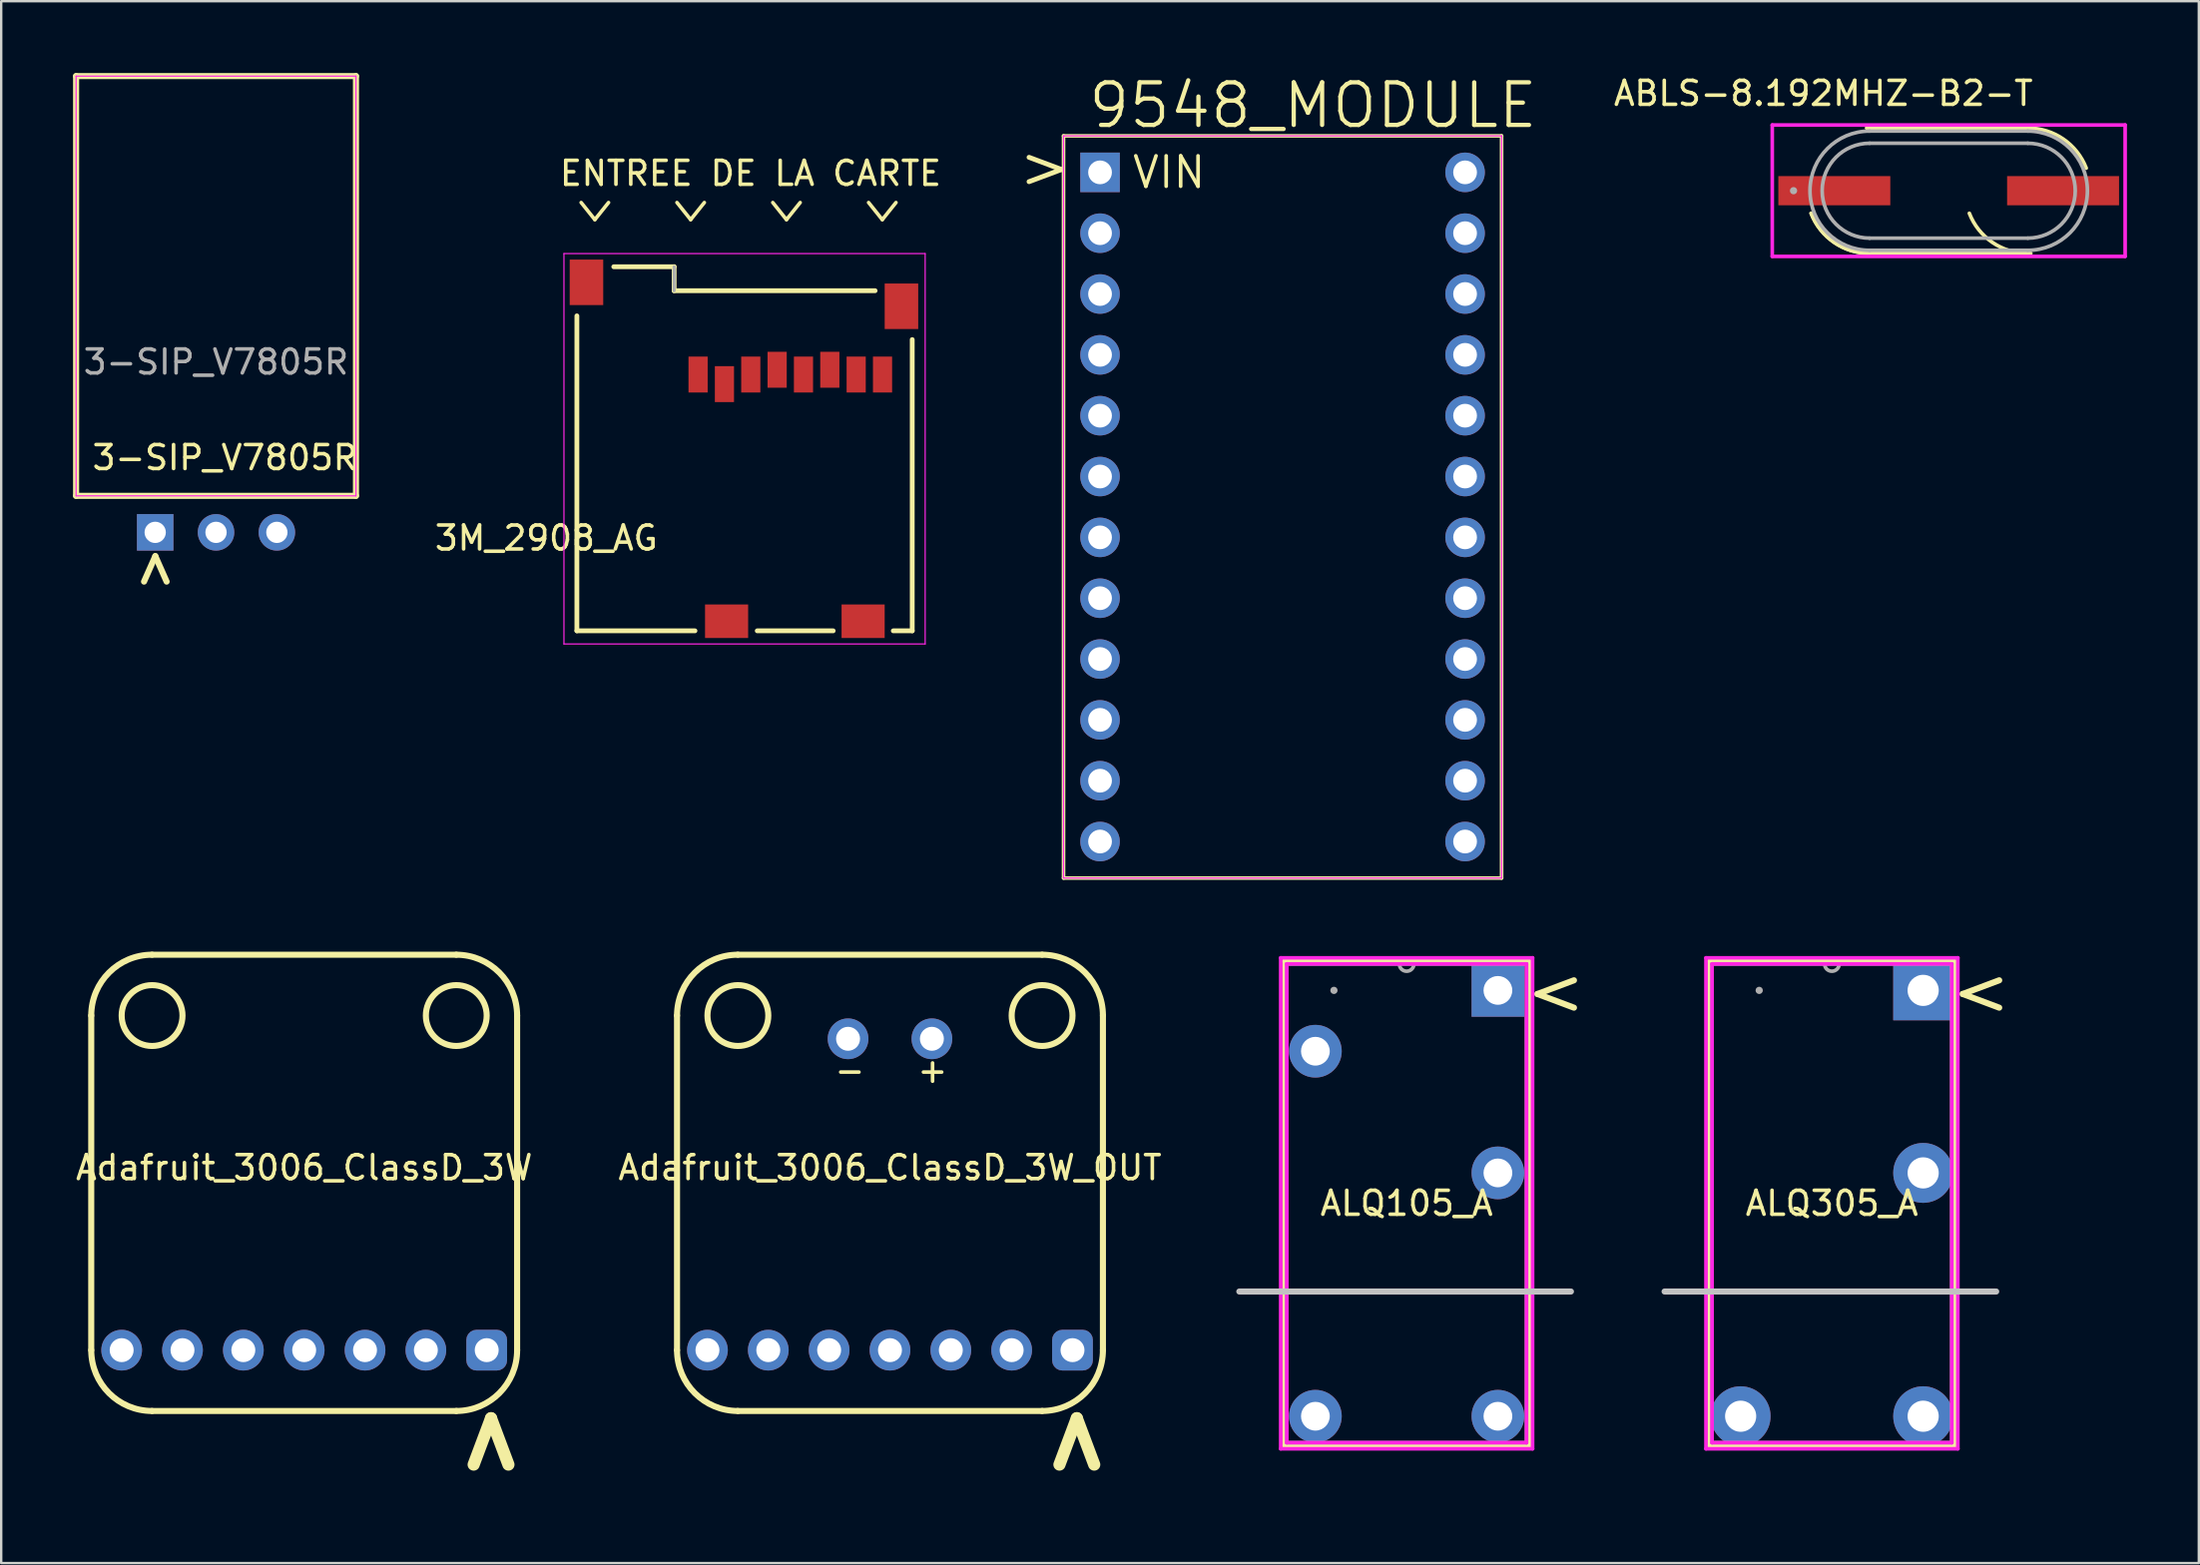
<source format=kicad_pcb>
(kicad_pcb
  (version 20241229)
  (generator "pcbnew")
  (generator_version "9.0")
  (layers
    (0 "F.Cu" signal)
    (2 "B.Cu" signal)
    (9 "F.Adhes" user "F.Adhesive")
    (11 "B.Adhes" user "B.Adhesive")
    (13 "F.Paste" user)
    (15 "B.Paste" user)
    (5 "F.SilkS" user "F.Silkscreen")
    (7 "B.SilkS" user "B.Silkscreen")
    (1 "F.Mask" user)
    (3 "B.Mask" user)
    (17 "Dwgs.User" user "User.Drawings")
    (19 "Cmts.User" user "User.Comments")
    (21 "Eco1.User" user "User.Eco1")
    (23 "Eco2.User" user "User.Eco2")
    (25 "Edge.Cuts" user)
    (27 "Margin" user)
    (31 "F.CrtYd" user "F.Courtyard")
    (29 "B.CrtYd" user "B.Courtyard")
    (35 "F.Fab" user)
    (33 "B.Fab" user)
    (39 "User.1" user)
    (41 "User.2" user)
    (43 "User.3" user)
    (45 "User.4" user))
  (footprint "Adafruit_3006_ClassD_3W_OUT"
    (layer "F.Cu")
    (at 34.105 53.322)
    (property "Reference" "Adafruit_3006_ClassD_3W_OUT" (at 0 -7.62 0) (unlocked yes) (layer "F.SilkS") (effects (font (size 1 1) (thickness 0.15))))
    (attr through_hole)
    (fp_line (start -8.89 0) (end -8.89 -13.97) (stroke (width 0.254) (type solid)) (layer "F.SilkS"))
    (fp_line (start -6.35 -16.51) (end 6.35 -16.51) (stroke (width 0.254) (type solid)) (layer "F.SilkS"))
    (fp_line (start 6.35 2.54) (end -6.35 2.54) (stroke (width 0.254) (type solid)) (layer "F.SilkS"))
    (fp_line (start 8.89 0) (end 8.89 -13.97) (stroke (width 0.254) (type solid)) (layer "F.SilkS"))
    (fp_arc (start -8.89 -13.97) (mid -8.146051 -15.766051) (end -6.35 -16.51) (stroke (width 0.254) (type solid)) (layer "F.SilkS"))
    (fp_arc (start -6.35 2.54) (mid -8.146051 1.796051) (end -8.89 0) (stroke (width 0.254) (type solid)) (layer "F.SilkS"))
    (fp_arc (start 6.35 -16.51) (mid 8.146051 -15.766051) (end 8.89 -13.97) (stroke (width 0.254) (type solid)) (layer "F.SilkS"))
    (fp_arc (start 8.89 0) (mid 8.146051 1.796051) (end 6.35 2.54) (stroke (width 0.254) (type solid)) (layer "F.SilkS"))
    (fp_circle (center -6.35 -13.97) (end -6.35 -15.24) (stroke (width 0.254) (type solid)) (fill no) (layer "F.SilkS"))
    (fp_circle (center 6.35 -13.97) (end 6.35 -15.24) (stroke (width 0.254) (type solid)) (fill no) (layer "F.SilkS"))
    (fp_text user "-" (at -1.676 -11.684 0) (unlocked yes) (layer "F.SilkS") (effects (font (size 1 1) (thickness 0.15))))
    (fp_text user ">" (at 7.62 3.81 90) (unlocked yes) (layer "F.SilkS") (effects (font (size 2.54 2.54) (thickness 0.508))))
    (fp_text user "+" (at 1.778 -11.684 0) (unlocked yes) (layer "F.SilkS") (effects (font (size 1 1) (thickness 0.15))))
    (pad "1" thru_hole roundrect (at 7.62 0) (size 1.7 1.7) (drill 1) (layers "*.Cu" "*.Mask") (roundrect_rratio 0.25))
    (pad "2" thru_hole circle (at 5.08 0) (size 1.7 1.7) (drill 1) (layers "*.Cu" "*.Mask"))
    (pad "3" thru_hole circle (at 2.54 0) (size 1.7 1.7) (drill 1) (layers "*.Cu" "*.Mask"))
    (pad "4" thru_hole circle (at 0 0) (size 1.7 1.7) (drill 1) (layers "*.Cu" "*.Mask"))
    (pad "5" thru_hole circle (at -2.54 0) (size 1.7 1.7) (drill 1) (layers "*.Cu" "*.Mask"))
    (pad "6" thru_hole circle (at -5.08 0) (size 1.7 1.7) (drill 1) (layers "*.Cu" "*.Mask"))
    (pad "7" thru_hole circle (at -7.62 0) (size 1.7 1.7) (drill 1) (layers "*.Cu" "*.Mask"))
    (pad "8" thru_hole circle (at 1.75 -13) (size 1.7 1.7) (drill 1) (layers "*.Cu" "*.Mask"))
    (pad "9" thru_hole circle (at -1.75 -13) (size 1.7 1.7) (drill 1) (layers "*.Cu" "*.Mask")))
  (footprint "3-SIP_V7805R"
    (layer "F.Cu")
    (at 3.429 19.177)
    (property "Reference" "3-SIP_V7805R" (at 2.91 -3.12 0) (layer "F.SilkS") (effects (font (size 1 1) (thickness 0.15))))
    (attr through_hole)
    (fp_line (start -3.302 -19.05) (end 8.382 -19.05) (stroke (width 0.254) (type solid)) (layer "F.SilkS"))
    (fp_line (start -3.302 -1.524) (end -3.302 -19.05) (stroke (width 0.254) (type solid)) (layer "F.SilkS"))
    (fp_line (start -3.302 -1.524) (end 8.382 -1.524) (stroke (width 0.254) (type solid)) (layer "F.SilkS"))
    (fp_line (start 8.382 -19.05) (end 8.382 -1.524) (stroke (width 0.254) (type solid)) (layer "F.SilkS"))
    (fp_line (start -3.302 -19.05) (end 8.382 -19.05) (stroke (width 0.05) (type solid)) (layer "F.CrtYd"))
    (fp_line (start -3.302 -1.524) (end -3.302 -19.05) (stroke (width 0.05) (type solid)) (layer "F.CrtYd"))
    (fp_line (start 8.382 -19.05) (end 8.382 -1.524) (stroke (width 0.05) (type solid)) (layer "F.CrtYd"))
    (fp_line (start 8.382 -1.524) (end -3.302 -1.524) (stroke (width 0.05) (type solid)) (layer "F.CrtYd"))
    (fp_text user "<" (at 0.127 1.524 270) (unlocked yes) (layer "F.SilkS") (effects (font (size 1.651 1.397) (thickness 0.254))))
    (fp_text user "${REFERENCE}" (at 2.54 -7.112 0) (layer "F.Fab") (effects (font (size 1 1) (thickness 0.15))))
    (pad "1" thru_hole rect (at 0 0) (size 1.524 1.524) (drill 0.889) (layers "*.Cu" "*.Mask"))
    (pad "2" thru_hole circle (at 2.54 0) (size 1.524 1.524) (drill 0.889) (layers "*.Cu" "*.Mask"))
    (pad "3" thru_hole circle (at 5.08 0) (size 1.524 1.524) (drill 0.889) (layers "*.Cu" "*.Mask")))
  (footprint "9548_MODULE"
    (layer "F.Cu")
    (at 50.495 19.386)
    (property "Reference" "9548_MODULE" (at 1.27 -18.034 0) (layer "F.SilkS") (effects (font (size 1.778 1.778) (thickness 0.178))))
    (attr through_hole)
    (fp_line (start -9.144 -16.764) (end -9.144 14.224) (stroke (width 0.15) (type solid)) (layer "F.SilkS"))
    (fp_line (start -9.144 14.224) (end 9.144 14.224) (stroke (width 0.15) (type solid)) (layer "F.SilkS"))
    (fp_line (start 9.144 -16.764) (end -9.144 -16.764) (stroke (width 0.15) (type solid)) (layer "F.SilkS"))
    (fp_line (start 9.144 14.224) (end 9.144 -16.764) (stroke (width 0.15) (type solid)) (layer "F.SilkS"))
    (fp_line (start -9.144 -16.764) (end -9.144 14.224) (stroke (width 0.05) (type solid)) (layer "F.CrtYd"))
    (fp_line (start -9.144 14.224) (end 9.144 14.224) (stroke (width 0.05) (type solid)) (layer "F.CrtYd"))
    (fp_line (start 9.144 -16.764) (end -9.144 -16.764) (stroke (width 0.05) (type solid)) (layer "F.CrtYd"))
    (fp_line (start 9.144 14.224) (end 9.144 -16.764) (stroke (width 0.05) (type solid)) (layer "F.CrtYd"))
    (fp_text user ">" (at -9.906 -15.494 0) (unlocked yes) (layer "F.SilkS") (effects (font (size 1.778 1.778) (thickness 0.203))))
    (fp_text user "VIN" (at -6.35 -15.24 0) (unlocked yes) (layer "F.SilkS") (effects (font (size 1.27 1.27) (thickness 0.152)) (justify left)))
    (pad "1" thru_hole rect (at -7.62 -15.24) (size 1.651 1.651) (drill 0.991) (layers "*.Cu" "*.Mask"))
    (pad "2" thru_hole circle (at -7.62 -12.7 90) (size 1.651 1.651) (drill 0.991) (layers "*.Cu" "*.Mask"))
    (pad "3" thru_hole circle (at -7.62 -10.16 90) (size 1.651 1.651) (drill 0.991) (layers "*.Cu" "*.Mask"))
    (pad "4" thru_hole circle (at -7.62 -7.62 90) (size 1.651 1.651) (drill 0.991) (layers "*.Cu" "*.Mask"))
    (pad "5" thru_hole circle (at -7.62 -5.08 90) (size 1.651 1.651) (drill 0.991) (layers "*.Cu" "*.Mask"))
    (pad "6" thru_hole circle (at -7.62 -2.54 90) (size 1.651 1.651) (drill 0.991) (layers "*.Cu" "*.Mask"))
    (pad "7" thru_hole circle (at -7.62 0 90) (size 1.651 1.651) (drill 0.991) (layers "*.Cu" "*.Mask"))
    (pad "8" thru_hole circle (at -7.62 2.54 90) (size 1.651 1.651) (drill 0.991) (layers "*.Cu" "*.Mask"))
    (pad "9" thru_hole circle (at -7.62 5.08 90) (size 1.651 1.651) (drill 0.991) (layers "*.Cu" "*.Mask"))
    (pad "10" thru_hole circle (at -7.62 7.62 90) (size 1.651 1.651) (drill 0.991) (layers "*.Cu" "*.Mask"))
    (pad "11" thru_hole circle (at -7.62 10.16 90) (size 1.651 1.651) (drill 0.991) (layers "*.Cu" "*.Mask"))
    (pad "12" thru_hole circle (at -7.62 12.7 90) (size 1.651 1.651) (drill 0.991) (layers "*.Cu" "*.Mask"))
    (pad "13" thru_hole circle (at 7.62 12.7 90) (size 1.651 1.651) (drill 0.991) (layers "*.Cu" "*.Mask"))
    (pad "14" thru_hole circle (at 7.62 10.16 90) (size 1.651 1.651) (drill 0.991) (layers "*.Cu" "*.Mask"))
    (pad "15" thru_hole circle (at 7.62 7.62 90) (size 1.651 1.651) (drill 0.991) (layers "*.Cu" "*.Mask"))
    (pad "16" thru_hole circle (at 7.62 5.08 90) (size 1.651 1.651) (drill 0.991) (layers "*.Cu" "*.Mask"))
    (pad "17" thru_hole circle (at 7.62 2.54 90) (size 1.651 1.651) (drill 0.991) (layers "*.Cu" "*.Mask"))
    (pad "18" thru_hole circle (at 7.62 0 90) (size 1.651 1.651) (drill 0.991) (layers "*.Cu" "*.Mask"))
    (pad "19" thru_hole circle (at 7.62 -2.54 90) (size 1.651 1.651) (drill 0.991) (layers "*.Cu" "*.Mask"))
    (pad "20" thru_hole circle (at 7.62 -5.08 90) (size 1.651 1.651) (drill 0.991) (layers "*.Cu" "*.Mask"))
    (pad "21" thru_hole circle (at 7.62 -7.62 90) (size 1.651 1.651) (drill 0.991) (layers "*.Cu" "*.Mask"))
    (pad "22" thru_hole circle (at 7.62 -10.16 90) (size 1.651 1.651) (drill 0.991) (layers "*.Cu" "*.Mask"))
    (pad "23" thru_hole circle (at 7.62 -12.7 90) (size 1.651 1.651) (drill 0.991) (layers "*.Cu" "*.Mask"))
    (pad "24" thru_hole circle (at 7.62 -15.24 90) (size 1.651 1.651) (drill 0.991) (layers "*.Cu" "*.Mask")))
  (footprint "ALQ105_A"
    (layer "F.Cu")
    (at 59.485 38.301)
    (property "Reference" "ALQ105_A" (at -3.81 8.89 0) (layer "F.SilkS") (effects (font (size 1 1) (thickness 0.15))))
    (attr through_hole)
    (fp_line (start -8.941 -1.232) (end -8.941 19.012) (stroke (width 0.152) (type solid)) (layer "F.SilkS"))
    (fp_line (start -8.941 19.012) (end 1.321 19.012) (stroke (width 0.152) (type solid)) (layer "F.SilkS"))
    (fp_line (start 1.321 -1.232) (end -8.941 -1.232) (stroke (width 0.152) (type solid)) (layer "F.SilkS"))
    (fp_line (start 1.321 19.012) (end 1.321 -1.232) (stroke (width 0.152) (type solid)) (layer "F.SilkS"))
    (fp_line (start -10.795 12.573) (end 3.048 12.573) (stroke (width 0.254) (type solid)) (layer "Dwgs.User"))
    (fp_line (start -9.068 -1.359) (end 1.448 -1.359) (stroke (width 0.152) (type solid)) (layer "F.CrtYd"))
    (fp_line (start -9.068 19.139) (end -9.068 -1.359) (stroke (width 0.152) (type solid)) (layer "F.CrtYd"))
    (fp_line (start -8.814 -1.105) (end 1.194 -1.105) (stroke (width 0.152) (type solid)) (layer "F.CrtYd"))
    (fp_line (start -8.814 18.885) (end -8.814 -1.105) (stroke (width 0.152) (type solid)) (layer "F.CrtYd"))
    (fp_line (start 1.194 -1.105) (end 1.194 18.885) (stroke (width 0.152) (type solid)) (layer "F.CrtYd"))
    (fp_line (start 1.194 18.885) (end -8.814 18.885) (stroke (width 0.152) (type solid)) (layer "F.CrtYd"))
    (fp_line (start 1.448 -1.359) (end 1.448 19.139) (stroke (width 0.152) (type solid)) (layer "F.CrtYd"))
    (fp_line (start 1.448 19.139) (end -9.068 19.139) (stroke (width 0.152) (type solid)) (layer "F.CrtYd"))
    (fp_line (start -8.814 -1.105) (end -8.814 18.885) (stroke (width 0.152) (type solid)) (layer "F.Fab"))
    (fp_line (start -8.814 18.885) (end 1.194 18.885) (stroke (width 0.152) (type solid)) (layer "F.Fab"))
    (fp_line (start 1.194 -1.105) (end -8.814 -1.105) (stroke (width 0.152) (type solid)) (layer "F.Fab"))
    (fp_line (start 1.194 18.885) (end 1.194 -1.105) (stroke (width 0.152) (type solid)) (layer "F.Fab"))
    (fp_arc (start -3.5052 -1.1049) (mid -3.81 -0.8001) (end -4.1148 -1.1049) (stroke (width 0.1524) (type solid)) (layer "F.Fab"))
    (fp_circle (center -6.845 0) (end -6.845 0) (stroke (width 0.152) (type solid)) (fill no) (layer "F.Fab"))
    (fp_text user "<" (at 2.413 0 0) (unlocked yes) (layer "F.SilkS") (effects (font (size 2 2) (thickness 0.254))))
    (pad "1" thru_hole rect (at 0 0) (size 2.2 2.2) (drill 1.2) (layers "*.Cu" "*.Mask"))
    (pad "2" thru_hole circle (at 0 7.62) (size 2.2 2.2) (drill 1.2) (layers "*.Cu" "*.Mask"))
    (pad "3" thru_hole circle (at 0 17.78) (size 2.2 2.2) (drill 1.2) (layers "*.Cu" "*.Mask"))
    (pad "4" thru_hole circle (at -7.62 17.78) (size 2.2 2.2) (drill 1.2) (layers "*.Cu" "*.Mask"))
    (pad "5" thru_hole circle (at -7.62 2.54) (size 2.2 2.2) (drill 1.2) (layers "*.Cu" "*.Mask")))
  (footprint "ABLS-8.192MHZ-B2-T"
    (layer "F.Cu")
    (at 78.305 4.912)
    (property "Reference" "ABLS-8.192MHZ-B2-T" (at -5.232 -4.064 0) (layer "F.SilkS") (effects (font (size 1 1) (thickness 0.15))))
    (attr through_hole)
    (fp_line (start -3.429 -2.616) (end 3.429 -2.616) (stroke (width 0.152) (type solid)) (layer "F.SilkS"))
    (fp_line (start 3.429 2.616) (end -3.429 2.616) (stroke (width 0.152) (type solid)) (layer "F.SilkS"))
    (fp_arc (start -3.302 2.6162) (mid -4.781722 2.157528) (end -5.742594 0.94234) (stroke (width 0.1524) (type solid)) (layer "F.SilkS"))
    (fp_arc (start -3.302 2.6162) (mid -4.781721 2.157528) (end -5.742593 0.942341) (stroke (width 0.1524) (type solid)) (layer "F.SilkS"))
    (fp_arc (start 3.302 -2.6162) (mid 4.781722 -2.157528) (end 5.742594 -0.94234) (stroke (width 0.1524) (type solid)) (layer "F.SilkS"))
    (fp_arc (start 3.302 2.6162) (mid 1.822278 2.157528) (end 0.861406 0.94234) (stroke (width 0.1524) (type solid)) (layer "F.SilkS"))
    (fp_line (start -7.366 -2.743) (end 7.366 -2.743) (stroke (width 0.152) (type solid)) (layer "F.CrtYd"))
    (fp_line (start -7.366 2.743) (end -7.366 -2.743) (stroke (width 0.152) (type solid)) (layer "F.CrtYd"))
    (fp_line (start 7.366 -2.743) (end 7.366 2.743) (stroke (width 0.152) (type solid)) (layer "F.CrtYd"))
    (fp_line (start 7.366 2.743) (end -7.366 2.743) (stroke (width 0.152) (type solid)) (layer "F.CrtYd"))
    (fp_line (start -3.302 -2.489) (end 3.302 -2.489) (stroke (width 0.152) (type solid)) (layer "F.Fab"))
    (fp_line (start -3.302 -1.981) (end 3.302 -1.981) (stroke (width 0.152) (type solid)) (layer "F.Fab"))
    (fp_line (start 3.302 1.981) (end -3.302 1.981) (stroke (width 0.152) (type solid)) (layer "F.Fab"))
    (fp_line (start 3.302 2.489) (end -3.302 2.489) (stroke (width 0.152) (type solid)) (layer "F.Fab"))
    (fp_arc (start -3.302 1.9812) (mid -5.2832 0) (end -3.302 -1.9812) (stroke (width 0.1524) (type solid)) (layer "F.Fab"))
    (fp_arc (start -3.302 2.4892) (mid -5.7912 0) (end -3.302 -2.4892) (stroke (width 0.1524) (type solid)) (layer "F.Fab"))
    (fp_arc (start 3.302 -2.4892) (mid 5.7912 0) (end 3.302 2.4892) (stroke (width 0.1524) (type solid)) (layer "F.Fab"))
    (fp_arc (start 3.302 -1.9812) (mid 5.2832 0) (end 3.302 1.9812) (stroke (width 0.1524) (type solid)) (layer "F.Fab"))
    (fp_circle (center -6.477 0) (end -6.477 0) (stroke (width 0.152) (type solid)) (fill no) (layer "F.Fab"))
    (pad "1" smd rect (at -4.775 0 90) (size 1.219 4.674) (layers "F.Cu" "F.Mask" "F.Paste"))
    (pad "2" smd rect (at 4.775 0 90) (size 1.219 4.674) (layers "F.Cu" "F.Mask" "F.Paste")))
  (footprint "3M_2908_AG"
    (layer "F.Cu")
    (at 28.034 15.688)
    (property "Reference" "3M_2908_AG" (at -8.277 3.726 180) (layer "F.SilkS") (effects (font (size 1 1) (thickness 0.15))))
    (attr smd)
    (fp_line (start -7 -5.55) (end -7 7.6) (stroke (width 0.2) (type solid)) (layer "F.SilkS"))
    (fp_line (start -7 7.6) (end -2.07 7.6) (stroke (width 0.2) (type solid)) (layer "F.SilkS"))
    (fp_line (start -5.46 -7.6) (end -2.94 -7.6) (stroke (width 0.2) (type solid)) (layer "F.SilkS"))
    (fp_line (start -2.94 -7.6) (end -2.94 -6.6) (stroke (width 0.2) (type solid)) (layer "F.SilkS"))
    (fp_line (start -2.94 -6.6) (end 5.45 -6.6) (stroke (width 0.2) (type solid)) (layer "F.SilkS"))
    (fp_line (start 0.53 7.6) (end 3.7 7.6) (stroke (width 0.2) (type solid)) (layer "F.SilkS"))
    (fp_line (start 6.21 7.6) (end 7 7.6) (stroke (width 0.2) (type solid)) (layer "F.SilkS"))
    (fp_line (start 7 7.6) (end 7 -4.56) (stroke (width 0.2) (type solid)) (layer "F.SilkS"))
    (fp_line (start -7.54 -8.15) (end 7.54 -8.15) (stroke (width 0.05) (type solid)) (layer "F.CrtYd"))
    (fp_line (start -7.54 8.15) (end -7.54 -8.15) (stroke (width 0.05) (type solid)) (layer "F.CrtYd"))
    (fp_line (start 7.54 -8.15) (end 7.54 8.15) (stroke (width 0.05) (type solid)) (layer "F.CrtYd"))
    (fp_line (start 7.54 8.15) (end -7.54 8.15) (stroke (width 0.05) (type solid)) (layer "F.CrtYd"))
    (fp_line (start -2.94 -6.6) (end -2.94 -7.6) (stroke (width 0.127) (type solid)) (layer "F.Fab"))
    (fp_text user "ENTREE DE LA CARTE" (at 0.25 -11.5 0) (unlocked yes) (layer "F.SilkS") (effects (font (size 1 1) (thickness 0.15))))
    (fp_text user "^ ^ ^ ^" (at -0.25 -12.5 180) (unlocked yes) (layer "F.SilkS") (effects (font (size 5 3) (thickness 0.15))))
    (pad "1" smd rect (at -1.94 -3.1) (size 0.8 1.5) (layers "F.Cu" "F.Mask" "F.Paste"))
    (pad "2" smd rect (at -0.84 -2.7) (size 0.8 1.5) (layers "F.Cu" "F.Mask" "F.Paste"))
    (pad "3" smd rect (at 0.26 -3.1) (size 0.8 1.5) (layers "F.Cu" "F.Mask" "F.Paste"))
    (pad "4" smd rect (at 1.36 -3.3) (size 0.8 1.5) (layers "F.Cu" "F.Mask" "F.Paste"))
    (pad "5" smd rect (at 2.46 -3.1) (size 0.8 1.5) (layers "F.Cu" "F.Mask" "F.Paste"))
    (pad "6" smd rect (at 3.56 -3.3) (size 0.8 1.5) (layers "F.Cu" "F.Mask" "F.Paste"))
    (pad "7" smd rect (at 4.66 -3.1) (size 0.8 1.5) (layers "F.Cu" "F.Mask" "F.Paste"))
    (pad "8" smd rect (at 5.76 -3.1) (size 0.8 1.5) (layers "F.Cu" "F.Mask" "F.Paste"))
    (pad "S1" smd rect (at 6.55 -5.95) (size 1.4 1.9) (layers "F.Cu" "F.Mask" "F.Paste"))
    (pad "S2" smd rect (at -6.6 -6.95) (size 1.4 1.9) (layers "F.Cu" "F.Mask" "F.Paste"))
    (pad "S3" smd rect (at 4.95 7.2 90) (size 1.4 1.8) (layers "F.Cu" "F.Mask" "F.Paste"))
    (pad "S4" smd rect (at -0.75 7.2 90) (size 1.4 1.8) (layers "F.Cu" "F.Mask" "F.Paste"))
    (zone (net_name "") (layer "F.Cu") (hatch full 0.508) (connect_pads) (min_thickness 0.01) (filled_areas_thickness no) (keepout (tracks not_allowed) (vias not_allowed) (pads not_allowed) (copperpour not_allowed) (footprints allowed)) (placement (enabled no)) (fill) (polygon (pts (xy 34.688 10.688) (xy 35.284 10.688) (xy 35.284 23.593) (xy 34.688 23.593))))
    (zone (net_name "") (layers "F.Cu" "B.Cu") (hatch full 0.508) (connect_pads) (min_thickness 0.01) (filled_areas_thickness no) (keepout (tracks allowed) (vias not_allowed) (pads allowed) (copperpour allowed) (footprints allowed)) (placement (enabled no)) (fill) (polygon (pts (xy 34.691 10.698) (xy 35.284 10.698) (xy 35.284 23.597) (xy 34.691 23.597)))))
  (footprint "ALQ305_A"
    (layer "F.Cu")
    (at 77.239 38.301)
    (property "Reference" "ALQ305_A" (at -3.81 8.89 0) (layer "F.SilkS") (effects (font (size 1 1) (thickness 0.15))))
    (attr through_hole)
    (fp_line (start -8.941 -1.232) (end -8.941 19.012) (stroke (width 0.152) (type solid)) (layer "F.SilkS"))
    (fp_line (start -8.941 19.012) (end 1.321 19.012) (stroke (width 0.152) (type solid)) (layer "F.SilkS"))
    (fp_line (start 1.321 -1.232) (end -8.941 -1.232) (stroke (width 0.152) (type solid)) (layer "F.SilkS"))
    (fp_line (start 1.321 19.012) (end 1.321 -1.232) (stroke (width 0.152) (type solid)) (layer "F.SilkS"))
    (fp_line (start -10.795 12.573) (end 3.048 12.573) (stroke (width 0.254) (type solid)) (layer "Dwgs.User"))
    (fp_line (start -9.068 -1.359) (end 1.448 -1.359) (stroke (width 0.152) (type solid)) (layer "F.CrtYd"))
    (fp_line (start -9.068 19.139) (end -9.068 -1.359) (stroke (width 0.152) (type solid)) (layer "F.CrtYd"))
    (fp_line (start -8.814 -1.105) (end 1.194 -1.105) (stroke (width 0.152) (type solid)) (layer "F.CrtYd"))
    (fp_line (start -8.814 18.885) (end -8.814 -1.105) (stroke (width 0.152) (type solid)) (layer "F.CrtYd"))
    (fp_line (start 1.194 -1.105) (end 1.194 18.885) (stroke (width 0.152) (type solid)) (layer "F.CrtYd"))
    (fp_line (start 1.194 18.885) (end -8.814 18.885) (stroke (width 0.152) (type solid)) (layer "F.CrtYd"))
    (fp_line (start 1.448 -1.359) (end 1.448 19.139) (stroke (width 0.152) (type solid)) (layer "F.CrtYd"))
    (fp_line (start 1.448 19.139) (end -9.068 19.139) (stroke (width 0.152) (type solid)) (layer "F.CrtYd"))
    (fp_line (start -8.814 -1.105) (end -8.814 18.885) (stroke (width 0.152) (type solid)) (layer "F.Fab"))
    (fp_line (start -8.814 18.885) (end 1.194 18.885) (stroke (width 0.152) (type solid)) (layer "F.Fab"))
    (fp_line (start 1.194 -1.105) (end -8.814 -1.105) (stroke (width 0.152) (type solid)) (layer "F.Fab"))
    (fp_line (start 1.194 18.885) (end 1.194 -1.105) (stroke (width 0.152) (type solid)) (layer "F.Fab"))
    (fp_arc (start -3.5052 -1.1049) (mid -3.81 -0.8001) (end -4.1148 -1.1049) (stroke (width 0.1524) (type solid)) (layer "F.Fab"))
    (fp_circle (center -6.845 0) (end -6.845 0) (stroke (width 0.152) (type solid)) (fill no) (layer "F.Fab"))
    (fp_text user "<" (at 2.413 0 0) (unlocked yes) (layer "F.SilkS") (effects (font (size 2 2) (thickness 0.254))))
    (pad "1" thru_hole rect (at 0 0) (size 2.5 2.5) (drill 1.3) (layers "*.Cu" "*.Mask"))
    (pad "2" thru_hole circle (at 0 7.62) (size 2.5 2.5) (drill 1.3) (layers "*.Cu" "*.Mask"))
    (pad "3" thru_hole circle (at 0 17.78) (size 2.5 2.5) (drill 1.3) (layers "*.Cu" "*.Mask"))
    (pad "4" thru_hole circle (at -7.62 17.78) (size 2.5 2.5) (drill 1.3) (layers "*.Cu" "*.Mask")))
  (footprint "Adafruit_3006_ClassD_3W"
    (layer "F.Cu")
    (at 9.649 53.322)
    (property "Reference" "Adafruit_3006_ClassD_3W" (at 0 -7.62 0) (unlocked yes) (layer "F.SilkS") (effects (font (size 1 1) (thickness 0.15))))
    (attr through_hole)
    (fp_line (start -8.89 0) (end -8.89 -13.97) (stroke (width 0.254) (type solid)) (layer "F.SilkS"))
    (fp_line (start -6.35 -16.51) (end 6.35 -16.51) (stroke (width 0.254) (type solid)) (layer "F.SilkS"))
    (fp_line (start 6.35 2.54) (end -6.35 2.54) (stroke (width 0.254) (type solid)) (layer "F.SilkS"))
    (fp_line (start 8.89 0) (end 8.89 -13.97) (stroke (width 0.254) (type solid)) (layer "F.SilkS"))
    (fp_arc (start -8.89 -13.97) (mid -8.146051 -15.766051) (end -6.35 -16.51) (stroke (width 0.254) (type solid)) (layer "F.SilkS"))
    (fp_arc (start -6.35 2.54) (mid -8.146051 1.796051) (end -8.89 0) (stroke (width 0.254) (type solid)) (layer "F.SilkS"))
    (fp_arc (start 6.35 -16.51) (mid 8.146051 -15.766051) (end 8.89 -13.97) (stroke (width 0.254) (type solid)) (layer "F.SilkS"))
    (fp_arc (start 8.89 0) (mid 8.146051 1.796051) (end 6.35 2.54) (stroke (width 0.254) (type solid)) (layer "F.SilkS"))
    (fp_circle (center -6.35 -13.97) (end -6.35 -15.24) (stroke (width 0.254) (type solid)) (fill no) (layer "F.SilkS"))
    (fp_circle (center 6.35 -13.97) (end 6.35 -15.24) (stroke (width 0.254) (type solid)) (fill no) (layer "F.SilkS"))
    (fp_text user ">" (at 7.62 3.81 90) (unlocked yes) (layer "F.SilkS") (effects (font (size 2.54 2.54) (thickness 0.508))))
    (pad "1" thru_hole roundrect (at 7.62 0) (size 1.7 1.7) (drill 1) (layers "*.Cu" "*.Mask") (roundrect_rratio 0.25))
    (pad "2" thru_hole circle (at 5.08 0) (size 1.7 1.7) (drill 1) (layers "*.Cu" "*.Mask"))
    (pad "3" thru_hole circle (at 2.54 0) (size 1.7 1.7) (drill 1) (layers "*.Cu" "*.Mask"))
    (pad "4" thru_hole circle (at 0 0) (size 1.7 1.7) (drill 1) (layers "*.Cu" "*.Mask"))
    (pad "5" thru_hole circle (at -2.54 0) (size 1.7 1.7) (drill 1) (layers "*.Cu" "*.Mask"))
    (pad "6" thru_hole circle (at -5.08 0) (size 1.7 1.7) (drill 1) (layers "*.Cu" "*.Mask"))
    (pad "7" thru_hole circle (at -7.62 0) (size 1.7 1.7) (drill 1) (layers "*.Cu" "*.Mask")))
  (gr_rect
    (start -3 -3)
    (end 88.747 62.213)
    (stroke (width 0.1) (type default))
    (fill no)
    (layer "Edge.Cuts")))
</source>
